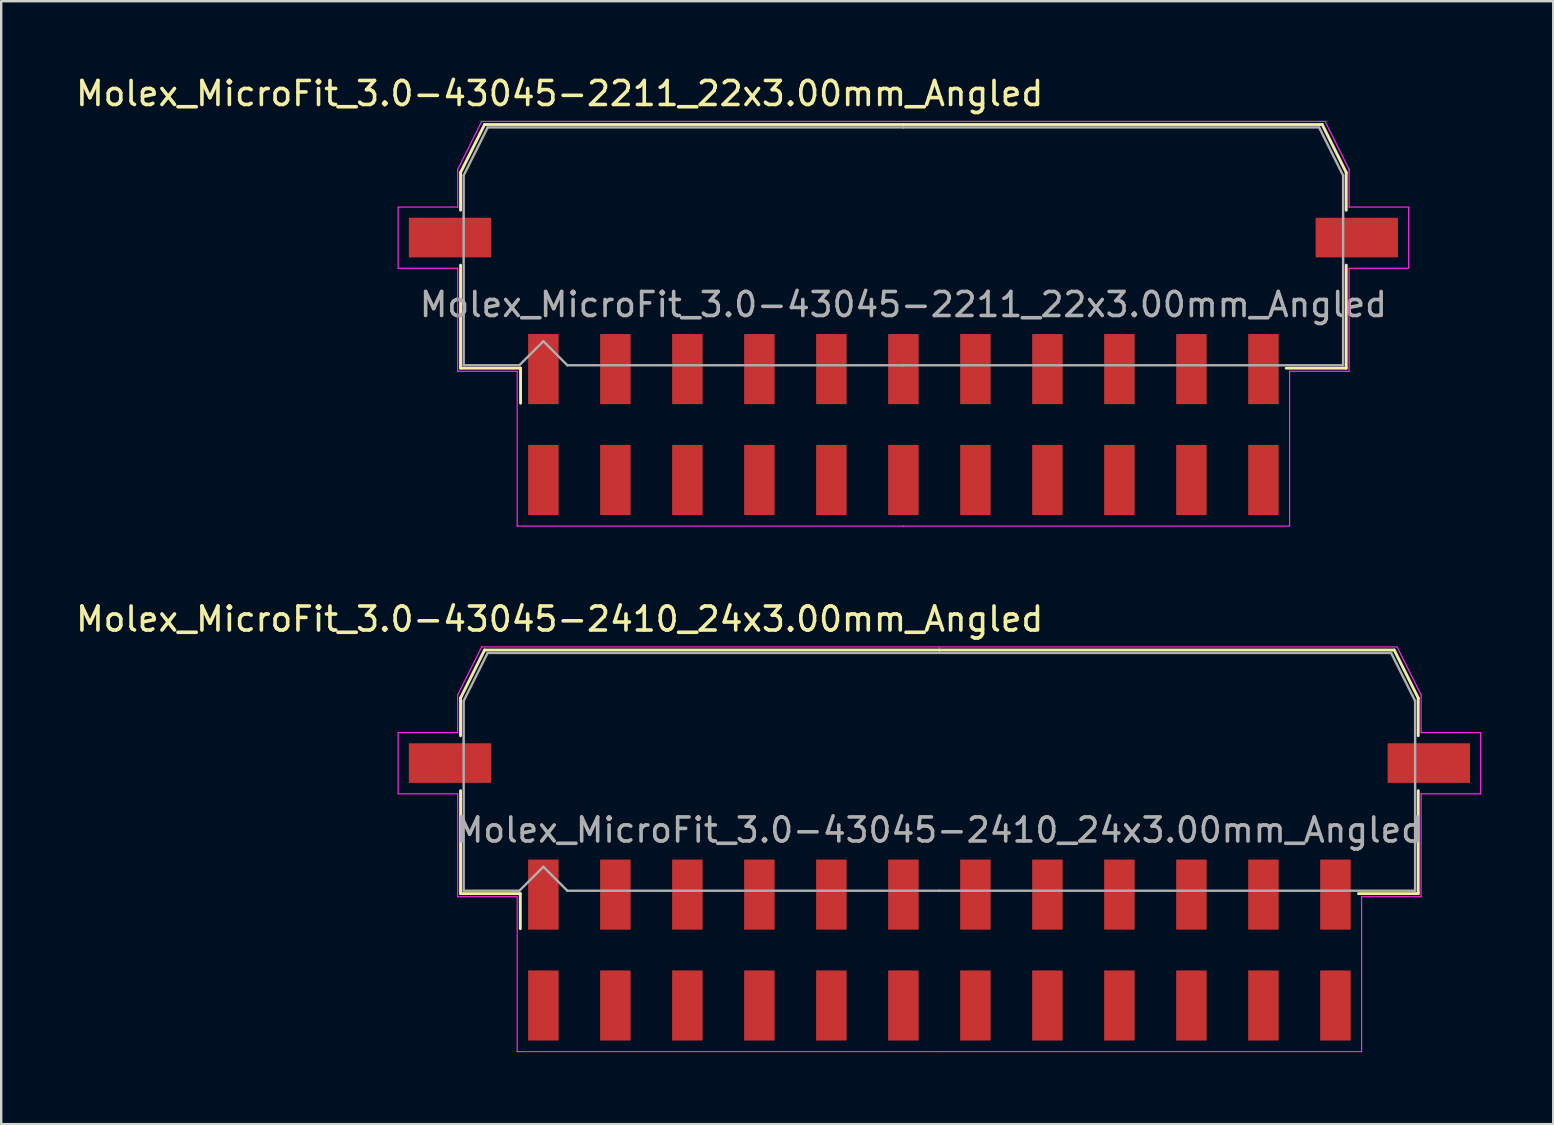
<source format=kicad_pcb>
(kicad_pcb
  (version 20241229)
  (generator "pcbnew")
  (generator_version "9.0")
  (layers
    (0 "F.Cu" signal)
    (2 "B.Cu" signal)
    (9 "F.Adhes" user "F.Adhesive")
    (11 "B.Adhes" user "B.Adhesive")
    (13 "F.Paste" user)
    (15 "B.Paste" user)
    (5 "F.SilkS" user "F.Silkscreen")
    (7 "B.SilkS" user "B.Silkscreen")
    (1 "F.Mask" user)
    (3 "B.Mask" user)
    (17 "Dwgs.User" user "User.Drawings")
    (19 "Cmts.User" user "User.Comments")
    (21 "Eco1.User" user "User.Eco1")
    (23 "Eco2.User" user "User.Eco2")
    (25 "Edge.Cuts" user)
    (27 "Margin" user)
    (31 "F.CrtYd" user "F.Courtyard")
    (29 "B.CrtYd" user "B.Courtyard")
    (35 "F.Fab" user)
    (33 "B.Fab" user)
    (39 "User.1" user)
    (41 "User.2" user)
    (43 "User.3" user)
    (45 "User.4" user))
  (footprint "Molex_MicroFit_3.0-43045-2410_24x3.00mm_Angled"
    (layer "F.Cu")
    (at 36.088 36.532)
    (property "Reference" "Molex_MicroFit_3.0-43045-2410_24x3.00mm_Angled" (at -15.82 -13.79 0) (layer "F.SilkS") (effects (font (size 1 1) (thickness 0.15))))
    (attr smd)
    (fp_line (start -19.95 -10.5) (end -19.95 -8.93) (stroke (width 0.12) (type solid)) (layer "F.SilkS"))
    (fp_line (start -19.95 -6.64) (end -19.95 -2.35) (stroke (width 0.12) (type solid)) (layer "F.SilkS"))
    (fp_line (start -19.95 -2.35) (end -17.46 -2.35) (stroke (width 0.12) (type solid)) (layer "F.SilkS"))
    (fp_line (start -18.95 -12.5) (end -19.95 -10.5) (stroke (width 0.12) (type solid)) (layer "F.SilkS"))
    (fp_line (start -17.46 -2.35) (end -17.46 -0.89) (stroke (width 0.12) (type solid)) (layer "F.SilkS"))
    (fp_line (start 0 -12.5) (end -18.95 -12.5) (stroke (width 0.12) (type solid)) (layer "F.SilkS"))
    (fp_line (start 0 -12.5) (end 18.95 -12.5) (stroke (width 0.12) (type solid)) (layer "F.SilkS"))
    (fp_line (start 18.95 -12.5) (end 19.95 -10.5) (stroke (width 0.12) (type solid)) (layer "F.SilkS"))
    (fp_line (start 19.95 -10.5) (end 19.95 -8.93) (stroke (width 0.12) (type solid)) (layer "F.SilkS"))
    (fp_line (start 19.95 -6.64) (end 19.95 -2.35) (stroke (width 0.12) (type solid)) (layer "F.SilkS"))
    (fp_line (start 19.95 -2.35) (end 17.46 -2.35) (stroke (width 0.12) (type solid)) (layer "F.SilkS"))
    (fp_line (start -22.55 -9.06) (end -22.55 -6.51) (stroke (width 0.05) (type solid)) (layer "F.CrtYd"))
    (fp_line (start -22.55 -6.51) (end -20.07 -6.51) (stroke (width 0.05) (type solid)) (layer "F.CrtYd"))
    (fp_line (start -20.07 -10.63) (end -20.07 -9.06) (stroke (width 0.05) (type solid)) (layer "F.CrtYd"))
    (fp_line (start -20.07 -9.06) (end -22.55 -9.06) (stroke (width 0.05) (type solid)) (layer "F.CrtYd"))
    (fp_line (start -20.07 -6.51) (end -20.07 -2.22) (stroke (width 0.05) (type solid)) (layer "F.CrtYd"))
    (fp_line (start -20.07 -2.22) (end -17.59 -2.22) (stroke (width 0.05) (type solid)) (layer "F.CrtYd"))
    (fp_line (start -19.07 -12.63) (end -20.07 -10.63) (stroke (width 0.05) (type solid)) (layer "F.CrtYd"))
    (fp_line (start -17.59 -2.22) (end -17.59 4.23) (stroke (width 0.05) (type solid)) (layer "F.CrtYd"))
    (fp_line (start -17.59 4.23) (end 0 4.23) (stroke (width 0.05) (type solid)) (layer "F.CrtYd"))
    (fp_line (start 0 -12.63) (end -19.07 -12.63) (stroke (width 0.05) (type solid)) (layer "F.CrtYd"))
    (fp_line (start 0 -12.63) (end 19.07 -12.63) (stroke (width 0.05) (type solid)) (layer "F.CrtYd"))
    (fp_line (start 17.59 -2.22) (end 17.59 4.23) (stroke (width 0.05) (type solid)) (layer "F.CrtYd"))
    (fp_line (start 17.59 4.23) (end 0 4.23) (stroke (width 0.05) (type solid)) (layer "F.CrtYd"))
    (fp_line (start 19.07 -12.63) (end 20.07 -10.63) (stroke (width 0.05) (type solid)) (layer "F.CrtYd"))
    (fp_line (start 20.07 -10.63) (end 20.07 -9.06) (stroke (width 0.05) (type solid)) (layer "F.CrtYd"))
    (fp_line (start 20.07 -9.06) (end 22.55 -9.06) (stroke (width 0.05) (type solid)) (layer "F.CrtYd"))
    (fp_line (start 20.07 -6.51) (end 20.07 -2.22) (stroke (width 0.05) (type solid)) (layer "F.CrtYd"))
    (fp_line (start 20.07 -2.22) (end 17.59 -2.22) (stroke (width 0.05) (type solid)) (layer "F.CrtYd"))
    (fp_line (start 22.55 -9.06) (end 22.55 -6.51) (stroke (width 0.05) (type solid)) (layer "F.CrtYd"))
    (fp_line (start 22.55 -6.51) (end 20.07 -6.51) (stroke (width 0.05) (type solid)) (layer "F.CrtYd"))
    (fp_line (start -19.82 -10.38) (end -19.82 -8.61) (stroke (width 0.1) (type solid)) (layer "F.Fab"))
    (fp_line (start -19.82 -8.61) (end -19.82 -2.47) (stroke (width 0.1) (type solid)) (layer "F.Fab"))
    (fp_line (start -19.82 -2.47) (end -17.5 -2.47) (stroke (width 0.1) (type solid)) (layer "F.Fab"))
    (fp_line (start -18.82 -12.38) (end -19.82 -10.38) (stroke (width 0.1) (type solid)) (layer "F.Fab"))
    (fp_line (start -17.5 -2.47) (end -16.5 -3.47) (stroke (width 0.1) (type solid)) (layer "F.Fab"))
    (fp_line (start -16.5 -3.47) (end -15.5 -2.47) (stroke (width 0.1) (type solid)) (layer "F.Fab"))
    (fp_line (start -15.5 -2.47) (end 0 -2.47) (stroke (width 0.1) (type solid)) (layer "F.Fab"))
    (fp_line (start 0 -12.38) (end -18.82 -12.38) (stroke (width 0.1) (type solid)) (layer "F.Fab"))
    (fp_line (start 0 -12.38) (end 18.82 -12.38) (stroke (width 0.1) (type solid)) (layer "F.Fab"))
    (fp_line (start 17.14 -2.47) (end 0 -2.47) (stroke (width 0.1) (type solid)) (layer "F.Fab"))
    (fp_line (start 18.82 -12.38) (end 19.82 -10.38) (stroke (width 0.1) (type solid)) (layer "F.Fab"))
    (fp_line (start 19.82 -10.38) (end 19.82 -8.61) (stroke (width 0.1) (type solid)) (layer "F.Fab"))
    (fp_line (start 19.82 -8.61) (end 19.82 -2.47) (stroke (width 0.1) (type solid)) (layer "F.Fab"))
    (fp_line (start 19.82 -2.47) (end 17.14 -2.47) (stroke (width 0.1) (type solid)) (layer "F.Fab"))
    (fp_text user "${REFERENCE}" (at 0 -5 0) (layer "F.Fab") (effects (font (size 1 1) (thickness 0.15))))
    (pad "" smd rect (at -20.39 -7.79) (size 3.43 1.65) (layers "F.Cu" "F.Mask" "F.Paste"))
    (pad "" smd rect (at 20.39 -7.79) (size 3.43 1.65) (layers "F.Cu" "F.Mask" "F.Paste"))
    (pad "1" smd rect (at -16.5 -2.31) (size 1.27 2.92) (layers "F.Cu" "F.Mask" "F.Paste"))
    (pad "2" smd rect (at -13.5 -2.31) (size 1.27 2.92) (layers "F.Cu" "F.Mask" "F.Paste"))
    (pad "3" smd rect (at -10.5 -2.31) (size 1.27 2.92) (layers "F.Cu" "F.Mask" "F.Paste"))
    (pad "4" smd rect (at -7.5 -2.31) (size 1.27 2.92) (layers "F.Cu" "F.Mask" "F.Paste"))
    (pad "5" smd rect (at -4.5 -2.31) (size 1.27 2.92) (layers "F.Cu" "F.Mask" "F.Paste"))
    (pad "6" smd rect (at -1.5 -2.31) (size 1.27 2.92) (layers "F.Cu" "F.Mask" "F.Paste"))
    (pad "7" smd rect (at 1.5 -2.31) (size 1.27 2.92) (layers "F.Cu" "F.Mask" "F.Paste"))
    (pad "8" smd rect (at 4.5 -2.31) (size 1.27 2.92) (layers "F.Cu" "F.Mask" "F.Paste"))
    (pad "9" smd rect (at 7.5 -2.31) (size 1.27 2.92) (layers "F.Cu" "F.Mask" "F.Paste"))
    (pad "10" smd rect (at 10.5 -2.31) (size 1.27 2.92) (layers "F.Cu" "F.Mask" "F.Paste"))
    (pad "11" smd rect (at 13.5 -2.31) (size 1.27 2.92) (layers "F.Cu" "F.Mask" "F.Paste"))
    (pad "12" smd rect (at 16.5 -2.31) (size 1.27 2.92) (layers "F.Cu" "F.Mask" "F.Paste"))
    (pad "13" smd rect (at 16.5 2.31) (size 1.27 2.92) (layers "F.Cu" "F.Mask" "F.Paste"))
    (pad "14" smd rect (at 13.5 2.31) (size 1.27 2.92) (layers "F.Cu" "F.Mask" "F.Paste"))
    (pad "15" smd rect (at 10.5 2.31) (size 1.27 2.92) (layers "F.Cu" "F.Mask" "F.Paste"))
    (pad "16" smd rect (at 7.5 2.31) (size 1.27 2.92) (layers "F.Cu" "F.Mask" "F.Paste"))
    (pad "17" smd rect (at 4.5 2.31) (size 1.27 2.92) (layers "F.Cu" "F.Mask" "F.Paste"))
    (pad "18" smd rect (at 1.5 2.31) (size 1.27 2.92) (layers "F.Cu" "F.Mask" "F.Paste"))
    (pad "19" smd rect (at -1.5 2.31) (size 1.27 2.92) (layers "F.Cu" "F.Mask" "F.Paste"))
    (pad "20" smd rect (at -4.5 2.31) (size 1.27 2.92) (layers "F.Cu" "F.Mask" "F.Paste"))
    (pad "21" smd rect (at -7.5 2.31) (size 1.27 2.92) (layers "F.Cu" "F.Mask" "F.Paste"))
    (pad "22" smd rect (at -10.5 2.31) (size 1.27 2.92) (layers "F.Cu" "F.Mask" "F.Paste"))
    (pad "23" smd rect (at -13.5 2.31) (size 1.27 2.92) (layers "F.Cu" "F.Mask" "F.Paste"))
    (pad "24" smd rect (at -16.5 2.31) (size 1.27 2.92) (layers "F.Cu" "F.Mask" "F.Paste")))
  (footprint "Molex_MicroFit_3.0-43045-2211_22x3.00mm_Angled"
    (layer "F.Cu")
    (at 34.588 14.638)
    (property "Reference" "Molex_MicroFit_3.0-43045-2211_22x3.00mm_Angled" (at -14.32 -13.79 0) (layer "F.SilkS") (effects (font (size 1 1) (thickness 0.15))))
    (attr smd)
    (fp_line (start -18.45 -10.5) (end -18.45 -8.93) (stroke (width 0.12) (type solid)) (layer "F.SilkS"))
    (fp_line (start -18.45 -6.64) (end -18.45 -2.35) (stroke (width 0.12) (type solid)) (layer "F.SilkS"))
    (fp_line (start -18.45 -2.35) (end -15.95 -2.35) (stroke (width 0.12) (type solid)) (layer "F.SilkS"))
    (fp_line (start -17.45 -12.5) (end -18.45 -10.5) (stroke (width 0.12) (type solid)) (layer "F.SilkS"))
    (fp_line (start -15.95 -2.35) (end -15.95 -0.89) (stroke (width 0.12) (type solid)) (layer "F.SilkS"))
    (fp_line (start 0 -12.5) (end -17.45 -12.5) (stroke (width 0.12) (type solid)) (layer "F.SilkS"))
    (fp_line (start 0 -12.5) (end 17.45 -12.5) (stroke (width 0.12) (type solid)) (layer "F.SilkS"))
    (fp_line (start 17.45 -12.5) (end 18.45 -10.5) (stroke (width 0.12) (type solid)) (layer "F.SilkS"))
    (fp_line (start 18.45 -10.5) (end 18.45 -8.93) (stroke (width 0.12) (type solid)) (layer "F.SilkS"))
    (fp_line (start 18.45 -6.64) (end 18.45 -2.35) (stroke (width 0.12) (type solid)) (layer "F.SilkS"))
    (fp_line (start 18.45 -2.35) (end 15.95 -2.35) (stroke (width 0.12) (type solid)) (layer "F.SilkS"))
    (fp_line (start -21.05 -9.06) (end -21.05 -6.51) (stroke (width 0.05) (type solid)) (layer "F.CrtYd"))
    (fp_line (start -21.05 -6.51) (end -18.57 -6.51) (stroke (width 0.05) (type solid)) (layer "F.CrtYd"))
    (fp_line (start -18.57 -10.63) (end -18.57 -9.06) (stroke (width 0.05) (type solid)) (layer "F.CrtYd"))
    (fp_line (start -18.57 -9.06) (end -21.05 -9.06) (stroke (width 0.05) (type solid)) (layer "F.CrtYd"))
    (fp_line (start -18.57 -6.51) (end -18.57 -2.22) (stroke (width 0.05) (type solid)) (layer "F.CrtYd"))
    (fp_line (start -18.57 -2.22) (end -16.09 -2.22) (stroke (width 0.05) (type solid)) (layer "F.CrtYd"))
    (fp_line (start -17.57 -12.63) (end -18.57 -10.63) (stroke (width 0.05) (type solid)) (layer "F.CrtYd"))
    (fp_line (start -16.09 -2.22) (end -16.09 4.23) (stroke (width 0.05) (type solid)) (layer "F.CrtYd"))
    (fp_line (start -16.09 4.23) (end 0 4.23) (stroke (width 0.05) (type solid)) (layer "F.CrtYd"))
    (fp_line (start 0 -12.63) (end -17.57 -12.63) (stroke (width 0.05) (type solid)) (layer "F.CrtYd"))
    (fp_line (start 0 -12.63) (end 17.57 -12.63) (stroke (width 0.05) (type solid)) (layer "F.CrtYd"))
    (fp_line (start 16.09 -2.22) (end 16.09 4.23) (stroke (width 0.05) (type solid)) (layer "F.CrtYd"))
    (fp_line (start 16.09 4.23) (end 0 4.23) (stroke (width 0.05) (type solid)) (layer "F.CrtYd"))
    (fp_line (start 17.57 -12.63) (end 18.57 -10.63) (stroke (width 0.05) (type solid)) (layer "F.CrtYd"))
    (fp_line (start 18.57 -10.63) (end 18.57 -9.06) (stroke (width 0.05) (type solid)) (layer "F.CrtYd"))
    (fp_line (start 18.57 -9.06) (end 21.05 -9.06) (stroke (width 0.05) (type solid)) (layer "F.CrtYd"))
    (fp_line (start 18.57 -6.51) (end 18.57 -2.22) (stroke (width 0.05) (type solid)) (layer "F.CrtYd"))
    (fp_line (start 18.57 -2.22) (end 16.09 -2.22) (stroke (width 0.05) (type solid)) (layer "F.CrtYd"))
    (fp_line (start 21.05 -9.06) (end 21.05 -6.51) (stroke (width 0.05) (type solid)) (layer "F.CrtYd"))
    (fp_line (start 21.05 -6.51) (end 18.57 -6.51) (stroke (width 0.05) (type solid)) (layer "F.CrtYd"))
    (fp_line (start -18.32 -10.38) (end -18.32 -8.61) (stroke (width 0.1) (type solid)) (layer "F.Fab"))
    (fp_line (start -18.32 -8.61) (end -18.32 -2.47) (stroke (width 0.1) (type solid)) (layer "F.Fab"))
    (fp_line (start -18.32 -2.47) (end -16 -2.47) (stroke (width 0.1) (type solid)) (layer "F.Fab"))
    (fp_line (start -17.32 -12.38) (end -18.32 -10.38) (stroke (width 0.1) (type solid)) (layer "F.Fab"))
    (fp_line (start -16 -2.47) (end -15 -3.47) (stroke (width 0.1) (type solid)) (layer "F.Fab"))
    (fp_line (start -15 -3.47) (end -14 -2.47) (stroke (width 0.1) (type solid)) (layer "F.Fab"))
    (fp_line (start -14 -2.47) (end 0 -2.47) (stroke (width 0.1) (type solid)) (layer "F.Fab"))
    (fp_line (start 0 -12.38) (end -17.32 -12.38) (stroke (width 0.1) (type solid)) (layer "F.Fab"))
    (fp_line (start 0 -12.38) (end 17.32 -12.38) (stroke (width 0.1) (type solid)) (layer "F.Fab"))
    (fp_line (start 15.63 -2.47) (end 0 -2.47) (stroke (width 0.1) (type solid)) (layer "F.Fab"))
    (fp_line (start 17.32 -12.38) (end 18.32 -10.38) (stroke (width 0.1) (type solid)) (layer "F.Fab"))
    (fp_line (start 18.32 -10.38) (end 18.32 -8.61) (stroke (width 0.1) (type solid)) (layer "F.Fab"))
    (fp_line (start 18.32 -8.61) (end 18.32 -2.47) (stroke (width 0.1) (type solid)) (layer "F.Fab"))
    (fp_line (start 18.32 -2.47) (end 15.63 -2.47) (stroke (width 0.1) (type solid)) (layer "F.Fab"))
    (fp_text user "${REFERENCE}" (at 0 -5 0) (layer "F.Fab") (effects (font (size 1 1) (thickness 0.15))))
    (pad "" smd rect (at -18.89 -7.79) (size 3.43 1.65) (layers "F.Cu" "F.Mask" "F.Paste"))
    (pad "" smd rect (at 18.89 -7.79) (size 3.43 1.65) (layers "F.Cu" "F.Mask" "F.Paste"))
    (pad "1" smd rect (at -15 -2.31) (size 1.27 2.92) (layers "F.Cu" "F.Mask" "F.Paste"))
    (pad "2" smd rect (at -12 -2.31) (size 1.27 2.92) (layers "F.Cu" "F.Mask" "F.Paste"))
    (pad "3" smd rect (at -9 -2.31) (size 1.27 2.92) (layers "F.Cu" "F.Mask" "F.Paste"))
    (pad "4" smd rect (at -6 -2.31) (size 1.27 2.92) (layers "F.Cu" "F.Mask" "F.Paste"))
    (pad "5" smd rect (at -3 -2.31) (size 1.27 2.92) (layers "F.Cu" "F.Mask" "F.Paste"))
    (pad "6" smd rect (at 0 -2.31) (size 1.27 2.92) (layers "F.Cu" "F.Mask" "F.Paste"))
    (pad "7" smd rect (at 3 -2.31) (size 1.27 2.92) (layers "F.Cu" "F.Mask" "F.Paste"))
    (pad "8" smd rect (at 6 -2.31) (size 1.27 2.92) (layers "F.Cu" "F.Mask" "F.Paste"))
    (pad "9" smd rect (at 9 -2.31) (size 1.27 2.92) (layers "F.Cu" "F.Mask" "F.Paste"))
    (pad "10" smd rect (at 12 -2.31) (size 1.27 2.92) (layers "F.Cu" "F.Mask" "F.Paste"))
    (pad "11" smd rect (at 15 -2.31) (size 1.27 2.92) (layers "F.Cu" "F.Mask" "F.Paste"))
    (pad "12" smd rect (at 15 2.31) (size 1.27 2.92) (layers "F.Cu" "F.Mask" "F.Paste"))
    (pad "13" smd rect (at 12 2.31) (size 1.27 2.92) (layers "F.Cu" "F.Mask" "F.Paste"))
    (pad "14" smd rect (at 9 2.31) (size 1.27 2.92) (layers "F.Cu" "F.Mask" "F.Paste"))
    (pad "15" smd rect (at 6 2.31) (size 1.27 2.92) (layers "F.Cu" "F.Mask" "F.Paste"))
    (pad "16" smd rect (at 3 2.31) (size 1.27 2.92) (layers "F.Cu" "F.Mask" "F.Paste"))
    (pad "17" smd rect (at 0 2.31) (size 1.27 2.92) (layers "F.Cu" "F.Mask" "F.Paste"))
    (pad "18" smd rect (at -3 2.31) (size 1.27 2.92) (layers "F.Cu" "F.Mask" "F.Paste"))
    (pad "19" smd rect (at -6 2.31) (size 1.27 2.92) (layers "F.Cu" "F.Mask" "F.Paste"))
    (pad "20" smd rect (at -9 2.31) (size 1.27 2.92) (layers "F.Cu" "F.Mask" "F.Paste"))
    (pad "21" smd rect (at -12 2.31) (size 1.27 2.92) (layers "F.Cu" "F.Mask" "F.Paste"))
    (pad "22" smd rect (at -15 2.31) (size 1.27 2.92) (layers "F.Cu" "F.Mask" "F.Paste")))
  (gr_rect
    (start -3 -3)
    (end 61.663 43.786)
    (stroke (width 0.1) (type default))
    (fill no)
    (layer "Edge.Cuts")))
</source>
